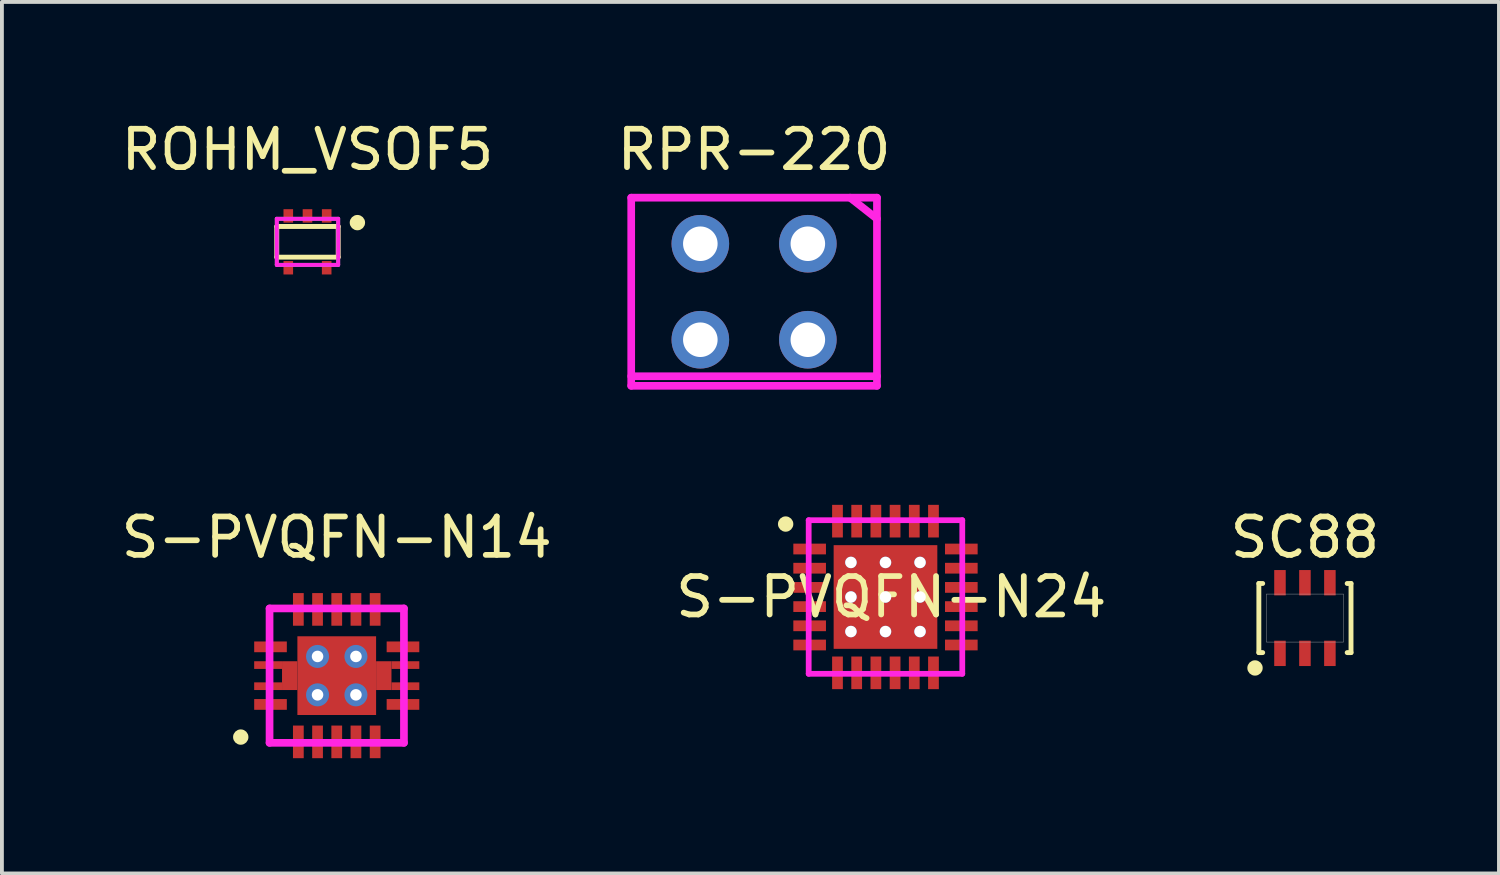
<source format=kicad_pcb>
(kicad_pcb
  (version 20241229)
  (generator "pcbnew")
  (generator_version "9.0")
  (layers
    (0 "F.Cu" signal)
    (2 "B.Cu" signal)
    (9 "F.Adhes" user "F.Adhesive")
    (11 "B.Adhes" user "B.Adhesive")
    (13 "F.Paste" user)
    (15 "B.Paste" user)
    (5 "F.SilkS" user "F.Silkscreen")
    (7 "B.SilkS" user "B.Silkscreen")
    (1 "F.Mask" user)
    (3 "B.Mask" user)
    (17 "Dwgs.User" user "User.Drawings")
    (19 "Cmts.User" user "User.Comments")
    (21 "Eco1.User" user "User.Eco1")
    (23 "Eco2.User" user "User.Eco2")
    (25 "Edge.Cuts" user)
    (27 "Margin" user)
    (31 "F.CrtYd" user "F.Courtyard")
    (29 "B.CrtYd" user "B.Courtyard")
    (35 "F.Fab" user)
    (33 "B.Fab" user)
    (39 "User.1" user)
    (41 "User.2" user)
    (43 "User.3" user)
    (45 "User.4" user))
  (footprint "SC88"
    (layer "F.Cu")
    (at 30.935 13.046)
    (property "Reference" "SC88" (at 0 -2.1 0) (layer "F.SilkS") (effects (font (size 1 1) (thickness 0.15))))
    (attr through_hole)
    (fp_line (start -1.2 -0.9) (end -1.2 0.9) (stroke (width 0.127) (type solid)) (layer "F.SilkS"))
    (fp_line (start -1.2 -0.9) (end -1.1 -0.9) (stroke (width 0.127) (type solid)) (layer "F.SilkS"))
    (fp_line (start -1.2 0.9) (end -1.1 0.9) (stroke (width 0.127) (type solid)) (layer "F.SilkS"))
    (fp_line (start 1.2 -0.9) (end 1.1 -0.9) (stroke (width 0.127) (type solid)) (layer "F.SilkS"))
    (fp_line (start 1.2 -0.9) (end 1.2 0.9) (stroke (width 0.127) (type solid)) (layer "F.SilkS"))
    (fp_line (start 1.2 0.9) (end 1.1 0.9) (stroke (width 0.127) (type solid)) (layer "F.SilkS"))
    (fp_circle (center -1.3 1.3) (end -1.3 1.2) (stroke (width 0.2) (type solid)) (fill no) (layer "F.SilkS"))
    (fp_line (start -1 -0.625) (end 1 -0.625) (stroke (width 0.01) (type solid)) (layer "F.Fab"))
    (fp_line (start -1 0.625) (end -1 -0.625) (stroke (width 0.01) (type solid)) (layer "F.Fab"))
    (fp_line (start 1 -0.625) (end 1 0.625) (stroke (width 0.01) (type solid)) (layer "F.Fab"))
    (fp_line (start 1 0.625) (end -1 0.625) (stroke (width 0.01) (type solid)) (layer "F.Fab"))
    (pad "1" smd rect (at -0.65 0.92) (size 0.3 0.66) (layers "F.Cu" "F.Mask" "F.Paste"))
    (pad "2" smd rect (at 0 0.92) (size 0.3 0.66) (layers "F.Cu" "F.Mask" "F.Paste"))
    (pad "3" smd rect (at 0.65 0.92) (size 0.3 0.66) (layers "F.Cu" "F.Mask" "F.Paste"))
    (pad "4" smd rect (at 0.65 -0.92) (size 0.3 0.66) (layers "F.Cu" "F.Mask" "F.Paste"))
    (pad "5" smd rect (at 0 -0.92) (size 0.3 0.66) (layers "F.Cu" "F.Mask" "F.Paste"))
    (pad "6" smd rect (at -0.65 -0.92) (size 0.3 0.66) (layers "F.Cu" "F.Mask" "F.Paste")))
  (footprint "RPR-220"
    (layer "F.Cu")
    (at 16.589 4.548)
    (property "Reference" "RPR-220" (at 0 -3.7 0) (layer "F.SilkS") (effects (font (size 1 1) (thickness 0.15))))
    (attr through_hole)
    (fp_line (start -3.2 -2.45) (end -3.2 2.45) (stroke (width 0.2) (type solid)) (layer "F.CrtYd"))
    (fp_line (start -3.2 2.2) (end 3.2 2.2) (stroke (width 0.2) (type solid)) (layer "F.CrtYd"))
    (fp_line (start -3.2 2.45) (end 3.2 2.45) (stroke (width 0.2) (type solid)) (layer "F.CrtYd"))
    (fp_line (start 2.5 -2.45) (end 3.2 -1.9) (stroke (width 0.2) (type solid)) (layer "F.CrtYd"))
    (fp_line (start 3.2 -2.45) (end -3.2 -2.45) (stroke (width 0.2) (type solid)) (layer "F.CrtYd"))
    (fp_line (start 3.2 2.45) (end 3.2 -2.45) (stroke (width 0.2) (type solid)) (layer "F.CrtYd"))
    (pad "1" thru_hole circle (at -1.4 1.25) (size 1.5 1.5) (drill 0.9) (layers "*.Cu" "*.Mask"))
    (pad "2" thru_hole circle (at -1.4 -1.25) (size 1.5 1.5) (drill 0.9) (layers "*.Cu" "*.Mask"))
    (pad "3" thru_hole circle (at 1.4 -1.25) (size 1.5 1.5) (drill 0.9) (layers "*.Cu" "*.Mask"))
    (pad "4" thru_hole circle (at 1.4 1.25) (size 1.5 1.5) (drill 0.9) (layers "*.Cu" "*.Mask")))
  (footprint "ROHM_VSOF5"
    (layer "F.Cu")
    (at 4.958 3.248)
    (property "Reference" "ROHM_VSOF5" (at 0 -2.4 0) (layer "F.SilkS") (effects (font (size 1 1) (thickness 0.15))))
    (attr smd)
    (fp_line (start -0.8 -0.4) (end 0.8 -0.4) (stroke (width 0.127) (type solid)) (layer "F.SilkS"))
    (fp_line (start -0.8 0.4) (end -0.8 -0.4) (stroke (width 0.127) (type solid)) (layer "F.SilkS"))
    (fp_line (start 0.8 -0.4) (end 0.8 0.4) (stroke (width 0.127) (type solid)) (layer "F.SilkS"))
    (fp_line (start 0.8 0.4) (end -0.8 0.4) (stroke (width 0.127) (type solid)) (layer "F.SilkS"))
    (fp_circle (center 1.3 -0.5) (end 1.3 -0.6) (stroke (width 0.2) (type solid)) (fill no) (layer "F.SilkS"))
    (fp_line (start -0.8 -0.6) (end 0.8 -0.6) (stroke (width 0.1) (type solid)) (layer "F.CrtYd"))
    (fp_line (start -0.8 0.6) (end -0.8 -0.6) (stroke (width 0.1) (type solid)) (layer "F.CrtYd"))
    (fp_line (start 0.8 -0.6) (end 0.8 0.6) (stroke (width 0.1) (type solid)) (layer "F.CrtYd"))
    (fp_line (start 0.8 0.6) (end -0.8 0.6) (stroke (width 0.1) (type solid)) (layer "F.CrtYd"))
    (fp_line (start -0.8 -0.6) (end 0.8 -0.6) (stroke (width 0.1) (type solid)) (layer "F.Fab"))
    (fp_line (start -0.8 0.6) (end -0.8 -0.6) (stroke (width 0.1) (type solid)) (layer "F.Fab"))
    (fp_line (start 0.8 -0.6) (end 0.8 0.6) (stroke (width 0.1) (type solid)) (layer "F.Fab"))
    (fp_line (start 0.8 0.6) (end -0.8 0.6) (stroke (width 0.1) (type solid)) (layer "F.Fab"))
    (pad "1" smd rect (at 0.5 -0.675) (size 0.25 0.35) (layers "F.Cu" "F.Mask" "F.Paste"))
    (pad "2" smd rect (at 0 -0.675) (size 0.25 0.35) (layers "F.Cu" "F.Mask" "F.Paste"))
    (pad "3" smd rect (at -0.5 -0.675) (size 0.25 0.35) (layers "F.Cu" "F.Mask" "F.Paste"))
    (pad "4" smd rect (at -0.5 0.675) (size 0.25 0.35) (layers "F.Cu" "F.Mask" "F.Paste"))
    (pad "5" smd rect (at 0.5 0.675) (size 0.25 0.35) (layers "F.Cu" "F.Mask" "F.Paste")))
  (footprint "S-PVQFN-N24"
    (layer "F.Cu")
    (at 20.011 12.498)
    (property "Reference" "S-PVQFN-N24" (at 0.15 0 0) (layer "F.SilkS") (effects (font (size 1 1) (thickness 0.15))))
    (attr through_hole)
    (fp_circle (center -2.6 -1.9) (end -2.6 -2) (stroke (width 0.2) (type solid)) (fill no) (layer "F.SilkS"))
    (fp_line (start -2 -2) (end 2 -2) (stroke (width 0.15) (type solid)) (layer "F.CrtYd"))
    (fp_line (start -2 2) (end -2 -2) (stroke (width 0.15) (type solid)) (layer "F.CrtYd"))
    (fp_line (start 2 -2) (end 2 2) (stroke (width 0.15) (type solid)) (layer "F.CrtYd"))
    (fp_line (start 2 2) (end -2 2) (stroke (width 0.15) (type solid)) (layer "F.CrtYd"))
    (pad "1" smd rect (at -1.975 -1.25) (size 0.85 0.28) (layers "F.Cu" "F.Mask" "F.Paste"))
    (pad "2" smd rect (at -1.975 -0.75) (size 0.85 0.28) (layers "F.Cu" "F.Mask" "F.Paste"))
    (pad "3" smd rect (at -1.975 -0.25) (size 0.85 0.28) (layers "F.Cu" "F.Mask" "F.Paste"))
    (pad "4" smd rect (at -1.975 0.25) (size 0.85 0.28) (layers "F.Cu" "F.Mask" "F.Paste"))
    (pad "5" smd rect (at -1.975 0.75) (size 0.85 0.28) (layers "F.Cu" "F.Mask" "F.Paste"))
    (pad "6" smd rect (at -1.975 1.25) (size 0.85 0.28) (layers "F.Cu" "F.Mask" "F.Paste"))
    (pad "7" smd rect (at -1.25 1.975) (size 0.28 0.85) (layers "F.Cu" "F.Mask" "F.Paste"))
    (pad "8" smd rect (at -0.75 1.975) (size 0.28 0.85) (layers "F.Cu" "F.Mask" "F.Paste"))
    (pad "9" smd rect (at -0.25 1.975) (size 0.28 0.85) (layers "F.Cu" "F.Mask" "F.Paste"))
    (pad "10" smd rect (at 0.25 1.975) (size 0.28 0.85) (layers "F.Cu" "F.Mask" "F.Paste"))
    (pad "11" smd rect (at 0.75 1.975) (size 0.28 0.85) (layers "F.Cu" "F.Mask" "F.Paste"))
    (pad "12" smd rect (at 1.25 1.975) (size 0.28 0.85) (layers "F.Cu" "F.Mask" "F.Paste"))
    (pad "13" smd rect (at 1.975 1.25) (size 0.85 0.28) (layers "F.Cu" "F.Mask" "F.Paste"))
    (pad "14" smd rect (at 1.975 0.75) (size 0.85 0.28) (layers "F.Cu" "F.Mask" "F.Paste"))
    (pad "15" smd rect (at 1.975 0.25) (size 0.85 0.28) (layers "F.Cu" "F.Mask" "F.Paste"))
    (pad "16" smd rect (at 1.975 -0.25) (size 0.85 0.28) (layers "F.Cu" "F.Mask" "F.Paste"))
    (pad "17" smd rect (at 1.975 -0.75) (size 0.85 0.28) (layers "F.Cu" "F.Mask" "F.Paste"))
    (pad "18" smd rect (at 1.975 -1.25) (size 0.85 0.28) (layers "F.Cu" "F.Mask" "F.Paste"))
    (pad "19" smd rect (at 1.25 -1.975) (size 0.28 0.85) (layers "F.Cu" "F.Mask" "F.Paste"))
    (pad "20" smd rect (at 0.75 -1.975) (size 0.28 0.85) (layers "F.Cu" "F.Mask" "F.Paste"))
    (pad "21" smd rect (at 0.25 -1.975) (size 0.28 0.85) (layers "F.Cu" "F.Mask" "F.Paste"))
    (pad "22" smd rect (at -0.25 -1.975) (size 0.28 0.85) (layers "F.Cu" "F.Mask" "F.Paste"))
    (pad "23" smd rect (at -0.75 -1.975) (size 0.28 0.85) (layers "F.Cu" "F.Mask" "F.Paste"))
    (pad "24" smd rect (at -1.25 -1.975) (size 0.28 0.85) (layers "F.Cu" "F.Mask" "F.Paste"))
    (pad "25" thru_hole circle (at -0.9 -0.9) (size 0.3 0.3) (drill 0.3) (layers "*.Cu" "*.Mask"))
    (pad "25" thru_hole circle (at -0.9 0) (size 0.3 0.3) (drill 0.3) (layers "*.Cu" "*.Mask"))
    (pad "25" thru_hole circle (at -0.9 0.9) (size 0.3 0.3) (drill 0.3) (layers "*.Cu" "*.Mask"))
    (pad "25" thru_hole circle (at 0 -0.9) (size 0.3 0.3) (drill 0.3) (layers "*.Cu" "*.Mask"))
    (pad "25" thru_hole circle (at 0 0) (size 0.3 0.3) (drill 0.3) (layers "*.Cu" "*.Mask"))
    (pad "25" smd rect (at 0 0) (size 2.7 2.7) (layers "F.Cu" "F.Mask" "F.Paste"))
    (pad "25" thru_hole circle (at 0 0.9) (size 0.3 0.3) (drill 0.3) (layers "*.Cu" "*.Mask"))
    (pad "25" thru_hole circle (at 0.9 -0.9) (size 0.3 0.3) (drill 0.3) (layers "*.Cu" "*.Mask"))
    (pad "25" thru_hole circle (at 0.9 0) (size 0.3 0.3) (drill 0.3) (layers "*.Cu" "*.Mask"))
    (pad "25" thru_hole circle (at 0.9 0.9) (size 0.3 0.3) (drill 0.3) (layers "*.Cu" "*.Mask")))
  (footprint "S-PVQFN-N14"
    (layer "F.Cu")
    (at 5.72 14.546)
    (property "Reference" "S-PVQFN-N14" (at 0 -3.6 0) (layer "F.SilkS") (effects (font (size 1 1) (thickness 0.15))))
    (attr through_hole)
    (fp_circle (center -2.5 1.6) (end -2.5 1.7) (stroke (width 0.2) (type solid)) (fill no) (layer "F.SilkS"))
    (fp_line (start -1.75 -1.75) (end 1.75 -1.75) (stroke (width 0.2) (type solid)) (layer "F.CrtYd"))
    (fp_line (start -1.75 1.75) (end -1.75 -1.75) (stroke (width 0.2) (type solid)) (layer "F.CrtYd"))
    (fp_line (start 1.75 -1.75) (end 1.75 1.75) (stroke (width 0.2) (type solid)) (layer "F.CrtYd"))
    (fp_line (start 1.75 1.75) (end -1.75 1.75) (stroke (width 0.2) (type solid)) (layer "F.CrtYd"))
    (pad "1" smd rect (at -1.725 0.75) (size 0.85 0.28) (layers "F.Cu" "F.Mask" "F.Paste"))
    (pad "2" smd rect (at -1 1.725) (size 0.28 0.85) (layers "F.Cu" "F.Mask" "F.Paste"))
    (pad "3" smd rect (at -0.5 1.725) (size 0.28 0.85) (layers "F.Cu" "F.Mask" "F.Paste"))
    (pad "4" smd rect (at 0 1.725) (size 0.28 0.85) (layers "F.Cu" "F.Mask" "F.Paste"))
    (pad "5" smd rect (at 0.5 1.725) (size 0.28 0.85) (layers "F.Cu" "F.Mask" "F.Paste"))
    (pad "6" smd rect (at 1 1.725) (size 0.28 0.85) (layers "F.Cu" "F.Mask" "F.Paste"))
    (pad "7" smd rect (at 1.725 0.75) (size 0.85 0.28) (layers "F.Cu" "F.Mask" "F.Paste"))
    (pad "8" smd rect (at 1.725 -0.75) (size 0.85 0.28) (layers "F.Cu" "F.Mask" "F.Paste"))
    (pad "9" smd rect (at 1 -1.725) (size 0.28 0.85) (layers "F.Cu" "F.Mask" "F.Paste"))
    (pad "10" smd rect (at 0.5 -1.725) (size 0.28 0.85) (layers "F.Cu" "F.Mask" "F.Paste"))
    (pad "11" smd rect (at 0 -1.725) (size 0.28 0.85) (layers "F.Cu" "F.Mask" "F.Paste"))
    (pad "12" smd rect (at -0.5 -1.725) (size 0.28 0.85) (layers "F.Cu" "F.Mask" "F.Paste"))
    (pad "13" smd rect (at -1 -1.725) (size 0.28 0.85) (layers "F.Cu" "F.Mask" "F.Paste"))
    (pad "14" smd rect (at -1.725 -0.75) (size 0.85 0.28) (layers "F.Cu" "F.Mask" "F.Paste"))
    (pad "15" smd rect (at -1.788 -0.275) (size 0.725 0.2) (layers "F.Cu" "F.Mask" "F.Paste"))
    (pad "15" smd rect (at -1.788 0.275) (size 0.725 0.2) (layers "F.Cu" "F.Mask" "F.Paste"))
    (pad "15" smd rect (at -1.225 0) (size 0.4 0.75) (layers "F.Cu" "F.Mask" "F.Paste"))
    (pad "15" thru_hole circle (at -0.5 -0.5) (size 0.6 0.6) (drill 0.3) (layers "*.Cu" "*.Mask"))
    (pad "15" thru_hole circle (at -0.5 0.5) (size 0.6 0.6) (drill 0.3) (layers "*.Cu" "*.Mask"))
    (pad "15" smd rect (at 0 0) (size 2.05 2.05) (layers "F.Cu" "F.Mask" "F.Paste"))
    (pad "15" thru_hole circle (at 0.5 -0.5) (size 0.6 0.6) (drill 0.3) (layers "*.Cu" "*.Mask"))
    (pad "15" thru_hole circle (at 0.5 0.5) (size 0.6 0.6) (drill 0.3) (layers "*.Cu" "*.Mask"))
    (pad "15" smd rect (at 1.225 0) (size 0.4 0.75) (layers "F.Cu" "F.Mask" "F.Paste"))
    (pad "15" smd rect (at 1.788 -0.275) (size 0.725 0.2) (layers "F.Cu" "F.Mask" "F.Paste"))
    (pad "15" smd rect (at 1.788 0.275) (size 0.725 0.2) (layers "F.Cu" "F.Mask" "F.Paste")))
  (gr_rect
    (start -3 -3)
    (end 35.988 19.697)
    (stroke (width 0.1) (type default))
    (fill no)
    (layer "Edge.Cuts")))
</source>
